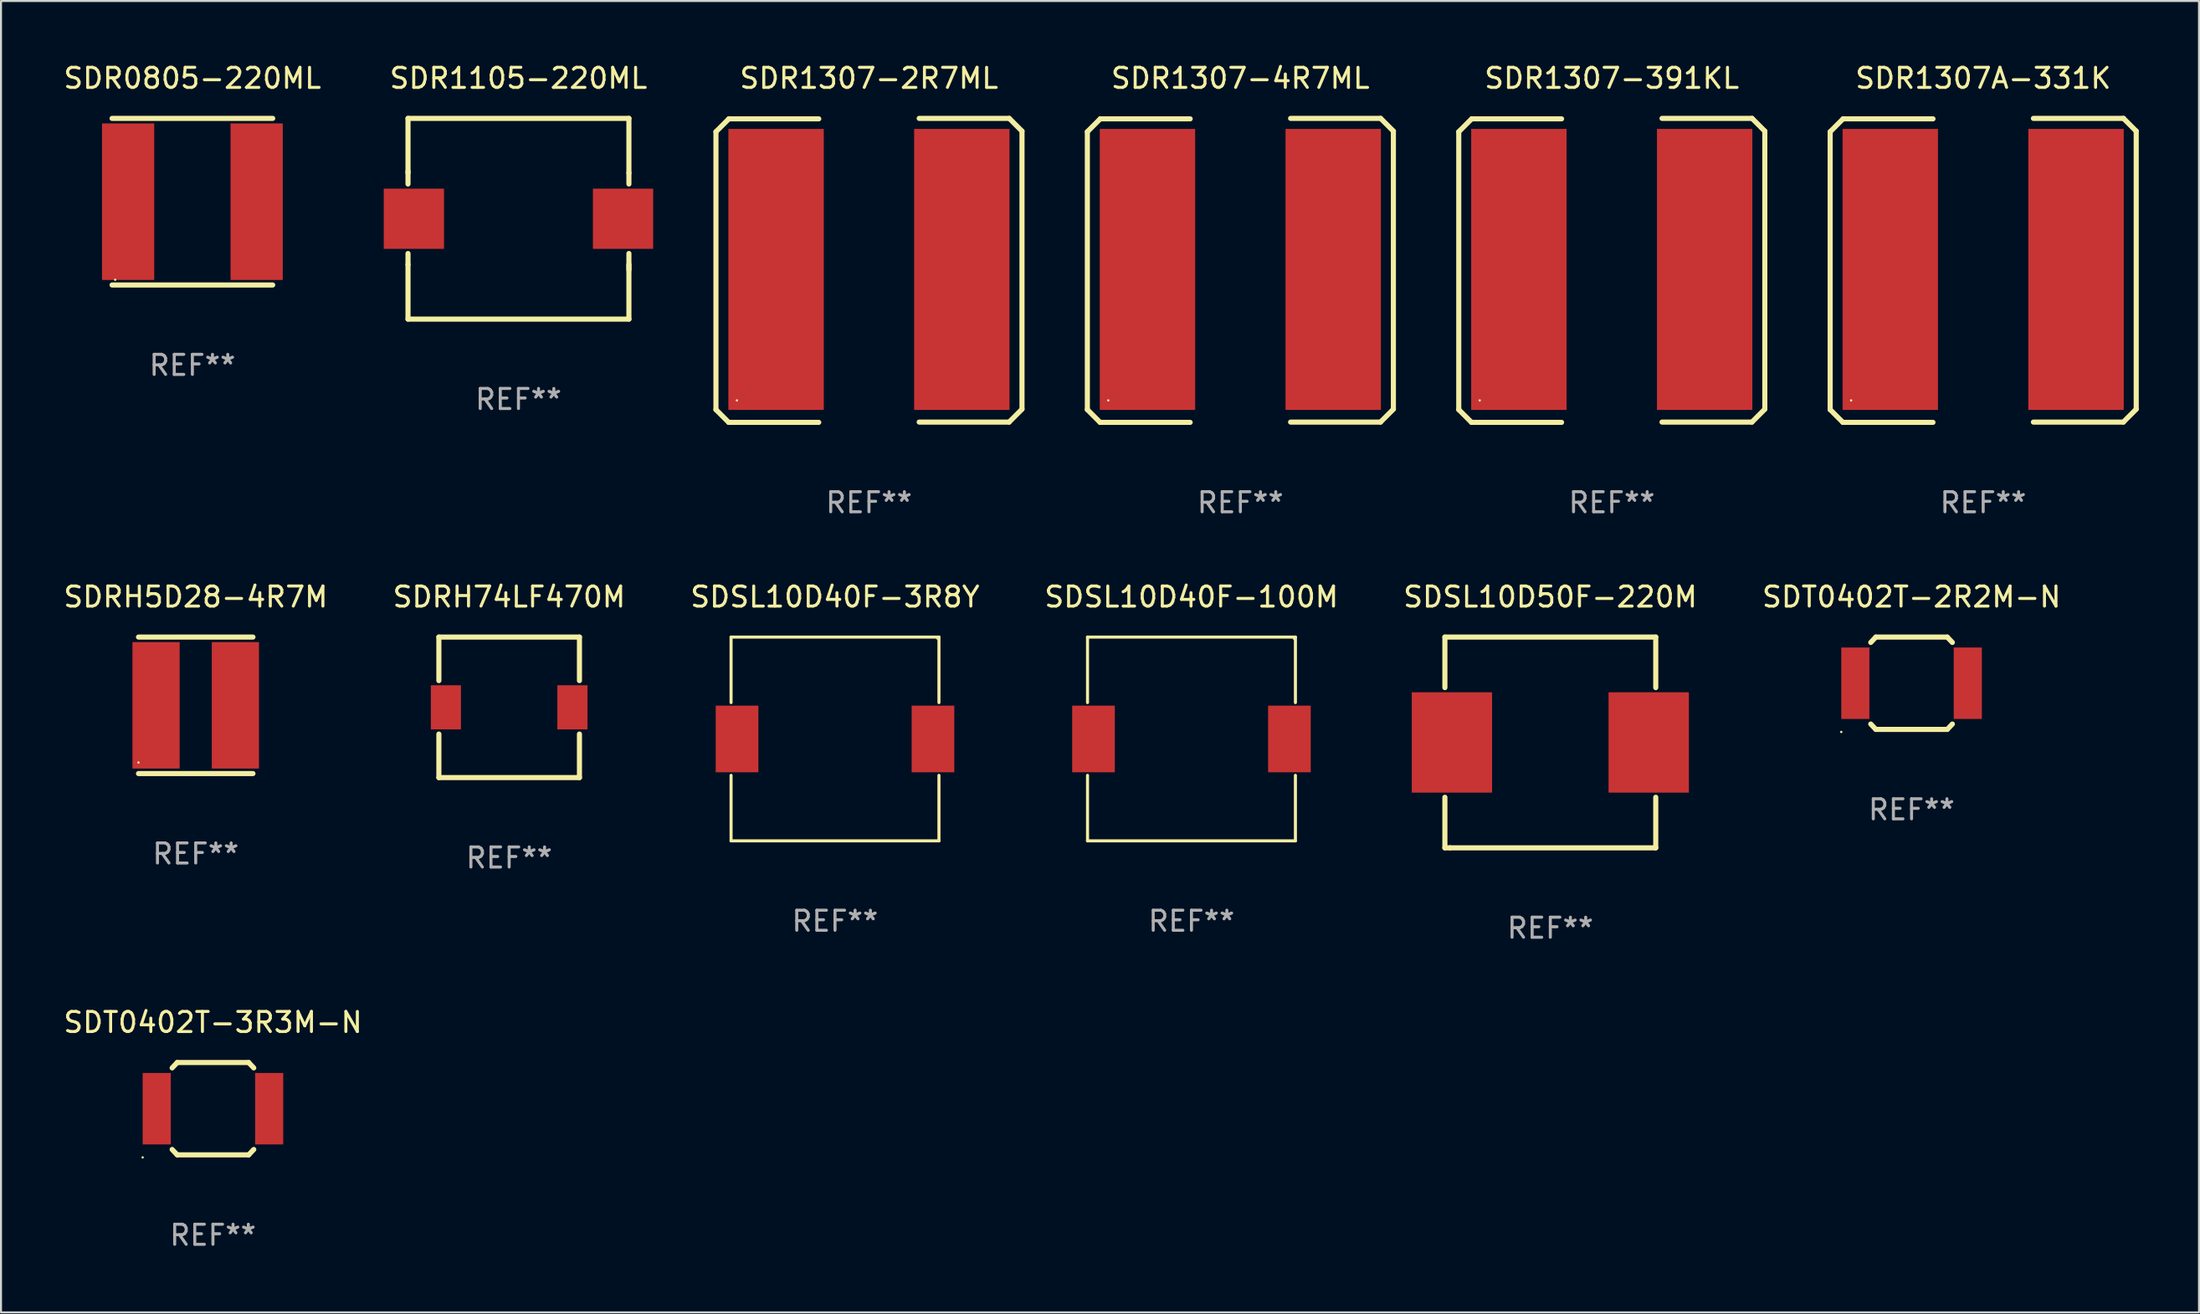
<source format=kicad_pcb>
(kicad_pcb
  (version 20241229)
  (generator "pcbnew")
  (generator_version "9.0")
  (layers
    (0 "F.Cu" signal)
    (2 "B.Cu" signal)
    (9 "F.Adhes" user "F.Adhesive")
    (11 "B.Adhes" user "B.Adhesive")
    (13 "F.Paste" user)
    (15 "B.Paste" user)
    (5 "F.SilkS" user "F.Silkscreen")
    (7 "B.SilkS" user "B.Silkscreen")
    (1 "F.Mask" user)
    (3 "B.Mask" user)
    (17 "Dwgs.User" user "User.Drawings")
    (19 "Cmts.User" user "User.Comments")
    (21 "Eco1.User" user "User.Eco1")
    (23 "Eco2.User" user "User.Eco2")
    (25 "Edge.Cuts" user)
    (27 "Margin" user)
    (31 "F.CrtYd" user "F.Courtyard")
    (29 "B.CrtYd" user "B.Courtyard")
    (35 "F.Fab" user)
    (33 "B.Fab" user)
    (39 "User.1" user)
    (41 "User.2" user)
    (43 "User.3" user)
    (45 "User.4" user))
  (footprint "SDT0402T-3R3M-N"
    (layer "F.Cu")
    (at 7.554 52.185)
    (property "Reference" "SDT0402T-3R3M-N" (at 0 -4.3 0) (layer "F.SilkS") (effects (font (size 1 1) (thickness 0.15))))
    (attr through_hole)
    (fp_line (start -1.778 -2.3) (end -2.032 -2.032) (stroke (width 0.254) (type solid)) (layer "F.SilkS"))
    (fp_line (start -1.778 -2.3) (end 1.778 -2.3) (stroke (width 0.254) (type solid)) (layer "F.SilkS"))
    (fp_line (start -1.778 2.3) (end -2.032 2.032) (stroke (width 0.254) (type solid)) (layer "F.SilkS"))
    (fp_line (start -1.778 2.3) (end 1.778 2.3) (stroke (width 0.254) (type solid)) (layer "F.SilkS"))
    (fp_line (start 1.778 -2.3) (end 2.032 -2.032) (stroke (width 0.254) (type solid)) (layer "F.SilkS"))
    (fp_line (start 1.778 2.3) (end 2.032 2.032) (stroke (width 0.254) (type solid)) (layer "F.SilkS"))
    (fp_circle (center -3.5 2.427) (end -3.47 2.427) (stroke (width 0.06) (type solid)) (fill no) (layer "F.SilkS"))
    (fp_text user "REF**" (at 0 6.3 0) (layer "F.Fab") (effects (font (size 1 1) (thickness 0.15))))
    (pad "1" smd rect (at -2.8 0) (size 1.4 3.56) (layers "F.Cu" "F.Mask" "F.Paste"))
    (pad "2" smd rect (at 2.8 0) (size 1.4 3.56) (layers "F.Cu" "F.Mask" "F.Paste")))
  (footprint "SDR1307-4R7ML"
    (layer "F.Cu")
    (at 58.715 10.42)
    (property "Reference" "SDR1307-4R7ML" (at 0 -9.572 0) (layer "F.SilkS") (effects (font (size 1 1) (thickness 0.15))))
    (attr through_hole)
    (fp_line (start -7.62 -6.906) (end -7.62 6.937) (stroke (width 0.254) (type solid)) (layer "F.SilkS"))
    (fp_line (start -7.62 6.937) (end -6.986 7.572) (stroke (width 0.254) (type solid)) (layer "F.SilkS"))
    (fp_line (start -6.986 7.572) (end -2.501 7.572) (stroke (width 0.254) (type solid)) (layer "F.SilkS"))
    (fp_line (start -6.978 -7.549) (end -7.62 -6.906) (stroke (width 0.254) (type solid)) (layer "F.SilkS"))
    (fp_line (start -2.5 -7.549) (end -6.978 -7.549) (stroke (width 0.254) (type solid)) (layer "F.SilkS"))
    (fp_line (start 2.5 7.559) (end 6.978 7.559) (stroke (width 0.254) (type solid)) (layer "F.SilkS"))
    (fp_line (start 6.978 7.559) (end 7.62 6.916) (stroke (width 0.254) (type solid)) (layer "F.SilkS"))
    (fp_line (start 6.985 -7.572) (end 2.501 -7.572) (stroke (width 0.254) (type solid)) (layer "F.SilkS"))
    (fp_line (start 7.62 -6.937) (end 6.985 -7.572) (stroke (width 0.254) (type solid)) (layer "F.SilkS"))
    (fp_line (start 7.62 6.906) (end 7.62 -6.937) (stroke (width 0.254) (type solid)) (layer "F.SilkS"))
    (fp_circle (center -6.577 6.478) (end -6.547 6.478) (stroke (width 0.06) (type solid)) (fill no) (layer "F.SilkS"))
    (fp_text user "REF**" (at 0 11.572 0) (layer "F.Fab") (effects (font (size 1 1) (thickness 0.15))))
    (pad "1" smd rect (at -4.626 -0.048) (size 4.75 14) (layers "F.Cu" "F.Mask" "F.Paste"))
    (pad "2" smd rect (at 4.624 -0.048) (size 4.75 14) (layers "F.Cu" "F.Mask" "F.Paste")))
  (footprint "SDRH74LF470M"
    (layer "F.Cu")
    (at 22.304 32.189)
    (property "Reference" "SDRH74LF470M" (at 0 -5.5 0) (layer "F.SilkS") (effects (font (size 1 1) (thickness 0.15))))
    (attr through_hole)
    (fp_line (start -3.5 -3.5) (end -3.5 -1.331) (stroke (width 0.254) (type solid)) (layer "F.SilkS"))
    (fp_line (start -3.5 -3.5) (end 3.5 -3.5) (stroke (width 0.254) (type solid)) (layer "F.SilkS"))
    (fp_line (start -3.5 1.331) (end -3.5 3.5) (stroke (width 0.254) (type solid)) (layer "F.SilkS"))
    (fp_line (start -3.5 3.5) (end 3.5 3.5) (stroke (width 0.254) (type solid)) (layer "F.SilkS"))
    (fp_line (start 3.5 -1.331) (end 3.5 -3.5) (stroke (width 0.254) (type solid)) (layer "F.SilkS"))
    (fp_line (start 3.5 3.5) (end 3.5 1.331) (stroke (width 0.254) (type solid)) (layer "F.SilkS"))
    (fp_circle (center -3.5 3.5) (end -3.47 3.5) (stroke (width 0.06) (type solid)) (fill no) (layer "F.SilkS"))
    (fp_text user "REF**" (at 0 7.5 0) (layer "F.Fab") (effects (font (size 1 1) (thickness 0.15))))
    (pad "1" smd rect (at -3.15 0 270) (size 2.2 1.5) (layers "F.Cu" "F.Mask" "F.Paste"))
    (pad "2" smd rect (at 3.15 0 270) (size 2.2 1.5) (layers "F.Cu" "F.Mask" "F.Paste")))
  (footprint "SDR1307-2R7ML"
    (layer "F.Cu")
    (at 40.221 10.42)
    (property "Reference" "SDR1307-2R7ML" (at 0 -9.572 0) (layer "F.SilkS") (effects (font (size 1 1) (thickness 0.15))))
    (attr through_hole)
    (fp_line (start -7.62 -6.906) (end -7.62 6.937) (stroke (width 0.254) (type solid)) (layer "F.SilkS"))
    (fp_line (start -7.62 6.937) (end -6.986 7.572) (stroke (width 0.254) (type solid)) (layer "F.SilkS"))
    (fp_line (start -6.986 7.572) (end -2.501 7.572) (stroke (width 0.254) (type solid)) (layer "F.SilkS"))
    (fp_line (start -6.978 -7.549) (end -7.62 -6.906) (stroke (width 0.254) (type solid)) (layer "F.SilkS"))
    (fp_line (start -2.5 -7.549) (end -6.978 -7.549) (stroke (width 0.254) (type solid)) (layer "F.SilkS"))
    (fp_line (start 2.5 7.559) (end 6.978 7.559) (stroke (width 0.254) (type solid)) (layer "F.SilkS"))
    (fp_line (start 6.978 7.559) (end 7.62 6.916) (stroke (width 0.254) (type solid)) (layer "F.SilkS"))
    (fp_line (start 6.985 -7.572) (end 2.501 -7.572) (stroke (width 0.254) (type solid)) (layer "F.SilkS"))
    (fp_line (start 7.62 -6.937) (end 6.985 -7.572) (stroke (width 0.254) (type solid)) (layer "F.SilkS"))
    (fp_line (start 7.62 6.906) (end 7.62 -6.937) (stroke (width 0.254) (type solid)) (layer "F.SilkS"))
    (fp_circle (center -6.577 6.478) (end -6.547 6.478) (stroke (width 0.06) (type solid)) (fill no) (layer "F.SilkS"))
    (fp_text user "REF**" (at 0 11.572 0) (layer "F.Fab") (effects (font (size 1 1) (thickness 0.15))))
    (pad "1" smd rect (at -4.626 -0.048) (size 4.75 14) (layers "F.Cu" "F.Mask" "F.Paste"))
    (pad "2" smd rect (at 4.624 -0.048) (size 4.75 14) (layers "F.Cu" "F.Mask" "F.Paste")))
  (footprint "SDR1105-220ML"
    (layer "F.Cu")
    (at 22.767 7.848)
    (property "Reference" "SDR1105-220ML" (at 0 -7 0) (layer "F.SilkS") (effects (font (size 1 1) (thickness 0.15))))
    (attr through_hole)
    (fp_line (start -5.5 -5) (end 5.5 -5) (stroke (width 0.254) (type solid)) (layer "F.SilkS"))
    (fp_line (start -5.5 -2.281) (end -5.5 -5) (stroke (width 0.254) (type solid)) (layer "F.SilkS"))
    (fp_line (start -5.5 -1.731) (end -5.5 -2.355) (stroke (width 0.254) (type solid)) (layer "F.SilkS"))
    (fp_line (start -5.5 2.281) (end -5.5 1.731) (stroke (width 0.254) (type solid)) (layer "F.SilkS"))
    (fp_line (start -5.5 5) (end -5.5 2.281) (stroke (width 0.254) (type solid)) (layer "F.SilkS"))
    (fp_line (start -5.5 5) (end 5.5 5) (stroke (width 0.254) (type solid)) (layer "F.SilkS"))
    (fp_line (start 5.5 -2.281) (end 5.5 -5) (stroke (width 0.254) (type solid)) (layer "F.SilkS"))
    (fp_line (start 5.5 -2.281) (end 5.5 -1.731) (stroke (width 0.254) (type solid)) (layer "F.SilkS"))
    (fp_line (start 5.5 1.731) (end 5.5 2.544) (stroke (width 0.254) (type solid)) (layer "F.SilkS"))
    (fp_line (start 5.5 5) (end 5.5 2.281) (stroke (width 0.254) (type solid)) (layer "F.SilkS"))
    (fp_circle (center -5.47 4.97) (end -5.44 4.97) (stroke (width 0.06) (type solid)) (fill no) (layer "F.SilkS"))
    (fp_text user "REF**" (at 0 9 0) (layer "F.Fab") (effects (font (size 1 1) (thickness 0.15))))
    (pad "1" smd rect (at -5.207 0 90) (size 3 3) (layers "F.Cu" "F.Mask" "F.Paste"))
    (pad "2" smd rect (at 5.207 0 270) (size 3 3) (layers "F.Cu" "F.Mask" "F.Paste")))
  (footprint "SDSL10D40F-100M"
    (layer "F.Cu")
    (at 56.28 33.765)
    (property "Reference" "SDSL10D40F-100M" (at 0 -7.076 0) (layer "F.SilkS") (effects (font (size 1 1) (thickness 0.15))))
    (attr through_hole)
    (fp_line (start -5.176 -5.076) (end 5.176 -5.076) (stroke (width 0.152) (type solid)) (layer "F.SilkS"))
    (fp_line (start -5.176 -1.812) (end -5.176 -5.076) (stroke (width 0.152) (type solid)) (layer "F.SilkS"))
    (fp_line (start -5.176 1.812) (end -5.176 5.076) (stroke (width 0.152) (type solid)) (layer "F.SilkS"))
    (fp_line (start -5.176 5.076) (end 5.176 5.076) (stroke (width 0.152) (type solid)) (layer "F.SilkS"))
    (fp_line (start 5.176 -5.076) (end 5.176 -1.812) (stroke (width 0.152) (type solid)) (layer "F.SilkS"))
    (fp_line (start 5.176 5.076) (end 5.176 1.812) (stroke (width 0.152) (type solid)) (layer "F.SilkS"))
    (fp_circle (center 5.1 -5) (end 5.13 -5) (stroke (width 0.06) (type solid)) (fill no) (layer "F.SilkS"))
    (fp_text user "REF**" (at 0 9.076 0) (layer "F.Fab") (effects (font (size 1 1) (thickness 0.15))))
    (pad "1" smd rect (at 4.878 0) (size 2.124 3.32) (layers "F.Cu" "F.Mask" "F.Paste"))
    (pad "2" smd rect (at -4.878 0) (size 2.124 3.32) (layers "F.Cu" "F.Mask" "F.Paste")))
  (footprint "SDRH5D28-4R7M"
    (layer "F.Cu")
    (at 6.696 32.089)
    (property "Reference" "SDRH5D28-4R7M" (at 0 -5.4 0) (layer "F.SilkS") (effects (font (size 1 1) (thickness 0.15))))
    (attr through_hole)
    (fp_line (start -2.85 -3.4) (end 2.85 -3.4) (stroke (width 0.254) (type solid)) (layer "F.SilkS"))
    (fp_line (start -2.85 3.4) (end 2.85 3.4) (stroke (width 0.254) (type solid)) (layer "F.SilkS"))
    (fp_circle (center -2.85 2.85) (end -2.82 2.85) (stroke (width 0.06) (type solid)) (fill no) (layer "F.SilkS"))
    (fp_text user "REF**" (at 0 7.4 0) (layer "F.Fab") (effects (font (size 1 1) (thickness 0.15))))
    (pad "1" smd rect (at -1.975 0 90) (size 6.3 2.35) (layers "F.Cu" "F.Mask" "F.Paste"))
    (pad "2" smd rect (at 1.975 0 90) (size 6.3 2.35) (layers "F.Cu" "F.Mask" "F.Paste")))
  (footprint "SDSL10D40F-3R8Y"
    (layer "F.Cu")
    (at 38.53 33.765)
    (property "Reference" "SDSL10D40F-3R8Y" (at 0 -7.076 0) (layer "F.SilkS") (effects (font (size 1 1) (thickness 0.15))))
    (attr through_hole)
    (fp_line (start -5.176 -5.076) (end 5.176 -5.076) (stroke (width 0.152) (type solid)) (layer "F.SilkS"))
    (fp_line (start -5.176 -1.812) (end -5.176 -5.076) (stroke (width 0.152) (type solid)) (layer "F.SilkS"))
    (fp_line (start -5.176 1.812) (end -5.176 5.076) (stroke (width 0.152) (type solid)) (layer "F.SilkS"))
    (fp_line (start -5.176 5.076) (end 5.176 5.076) (stroke (width 0.152) (type solid)) (layer "F.SilkS"))
    (fp_line (start 5.176 -5.076) (end 5.176 -1.812) (stroke (width 0.152) (type solid)) (layer "F.SilkS"))
    (fp_line (start 5.176 5.076) (end 5.176 1.812) (stroke (width 0.152) (type solid)) (layer "F.SilkS"))
    (fp_circle (center 5.1 -5) (end 5.13 -5) (stroke (width 0.06) (type solid)) (fill no) (layer "F.SilkS"))
    (fp_text user "REF**" (at 0 9.076 0) (layer "F.Fab") (effects (font (size 1 1) (thickness 0.15))))
    (pad "1" smd rect (at 4.878 0) (size 2.124 3.32) (layers "F.Cu" "F.Mask" "F.Paste"))
    (pad "2" smd rect (at -4.878 0) (size 2.124 3.32) (layers "F.Cu" "F.Mask" "F.Paste")))
  (footprint "SDSL10D50F-220M"
    (layer "F.Cu")
    (at 74.149 33.939)
    (property "Reference" "SDSL10D50F-220M" (at 0 -7.25 0) (layer "F.SilkS") (effects (font (size 1 1) (thickness 0.15))))
    (attr through_hole)
    (fp_line (start -5.25 -5.25) (end -5.25 -2.731) (stroke (width 0.254) (type solid)) (layer "F.SilkS"))
    (fp_line (start -5.25 -5.25) (end 5.25 -5.25) (stroke (width 0.254) (type solid)) (layer "F.SilkS"))
    (fp_line (start -5.25 2.731) (end -5.25 5.25) (stroke (width 0.254) (type solid)) (layer "F.SilkS"))
    (fp_line (start -4.989 5.25) (end -5.25 5.25) (stroke (width 0.254) (type solid)) (layer "F.SilkS"))
    (fp_line (start 5.25 -5.25) (end 5.25 -2.731) (stroke (width 0.254) (type solid)) (layer "F.SilkS"))
    (fp_line (start 5.25 2.731) (end 5.25 5.25) (stroke (width 0.254) (type solid)) (layer "F.SilkS"))
    (fp_line (start 5.25 5.25) (end -4.989 5.25) (stroke (width 0.254) (type solid)) (layer "F.SilkS"))
    (fp_circle (center -5.25 5.25) (end -5.22 5.25) (stroke (width 0.06) (type solid)) (fill no) (layer "F.SilkS"))
    (fp_text user "REF**" (at 0 9.25 0) (layer "F.Fab") (effects (font (size 1 1) (thickness 0.15))))
    (pad "1" smd rect (at -4.9 -0.000013) (size 4 5) (layers "F.Cu" "F.Mask" "F.Paste"))
    (pad "2" smd rect (at 4.9 -0.000013) (size 4 5) (layers "F.Cu" "F.Mask" "F.Paste")))
  (footprint "SDR1307A-331K"
    (layer "F.Cu")
    (at 95.704 10.42)
    (property "Reference" "SDR1307A-331K" (at 0 -9.572 0) (layer "F.SilkS") (effects (font (size 1 1) (thickness 0.15))))
    (attr through_hole)
    (fp_line (start -7.62 -6.906) (end -7.62 6.937) (stroke (width 0.254) (type solid)) (layer "F.SilkS"))
    (fp_line (start -7.62 6.937) (end -6.986 7.572) (stroke (width 0.254) (type solid)) (layer "F.SilkS"))
    (fp_line (start -6.986 7.572) (end -2.501 7.572) (stroke (width 0.254) (type solid)) (layer "F.SilkS"))
    (fp_line (start -6.978 -7.549) (end -7.62 -6.906) (stroke (width 0.254) (type solid)) (layer "F.SilkS"))
    (fp_line (start -2.5 -7.549) (end -6.978 -7.549) (stroke (width 0.254) (type solid)) (layer "F.SilkS"))
    (fp_line (start 2.5 7.559) (end 6.978 7.559) (stroke (width 0.254) (type solid)) (layer "F.SilkS"))
    (fp_line (start 6.978 7.559) (end 7.62 6.916) (stroke (width 0.254) (type solid)) (layer "F.SilkS"))
    (fp_line (start 6.985 -7.572) (end 2.501 -7.572) (stroke (width 0.254) (type solid)) (layer "F.SilkS"))
    (fp_line (start 7.62 -6.937) (end 6.985 -7.572) (stroke (width 0.254) (type solid)) (layer "F.SilkS"))
    (fp_line (start 7.62 6.906) (end 7.62 -6.937) (stroke (width 0.254) (type solid)) (layer "F.SilkS"))
    (fp_circle (center -6.577 6.478) (end -6.547 6.478) (stroke (width 0.06) (type solid)) (fill no) (layer "F.SilkS"))
    (fp_text user "REF**" (at 0 11.572 0) (layer "F.Fab") (effects (font (size 1 1) (thickness 0.15))))
    (pad "1" smd rect (at -4.626 -0.048) (size 4.75 14) (layers "F.Cu" "F.Mask" "F.Paste"))
    (pad "2" smd rect (at 4.624 -0.048) (size 4.75 14) (layers "F.Cu" "F.Mask" "F.Paste")))
  (footprint "SDR0805-220ML"
    (layer "F.Cu")
    (at 6.53 6.998)
    (property "Reference" "SDR0805-220ML" (at 0 -6.15 0) (layer "F.SilkS") (effects (font (size 1 1) (thickness 0.15))))
    (attr through_hole)
    (fp_line (start -4 -4.15) (end 4 -4.15) (stroke (width 0.254) (type solid)) (layer "F.SilkS"))
    (fp_line (start 4 4.15) (end -4 4.15) (stroke (width 0.254) (type solid)) (layer "F.SilkS"))
    (fp_circle (center -3.845 3.89) (end -3.815 3.89) (stroke (width 0.06) (type solid)) (fill no) (layer "F.SilkS"))
    (fp_text user "REF**" (at 0 8.15 0) (layer "F.Fab") (effects (font (size 1 1) (thickness 0.15))))
    (pad "1" smd rect (at -3.2 0 180) (size 2.6 7.8) (layers "F.Cu" "F.Mask" "F.Paste"))
    (pad "2" smd rect (at 3.2 0 180) (size 2.6 7.8) (layers "F.Cu" "F.Mask" "F.Paste")))
  (footprint "SDR1307-391KL"
    (layer "F.Cu")
    (at 77.21 10.42)
    (property "Reference" "SDR1307-391KL" (at 0 -9.572 0) (layer "F.SilkS") (effects (font (size 1 1) (thickness 0.15))))
    (attr through_hole)
    (fp_line (start -7.62 -6.906) (end -7.62 6.937) (stroke (width 0.254) (type solid)) (layer "F.SilkS"))
    (fp_line (start -7.62 6.937) (end -6.986 7.572) (stroke (width 0.254) (type solid)) (layer "F.SilkS"))
    (fp_line (start -6.986 7.572) (end -2.501 7.572) (stroke (width 0.254) (type solid)) (layer "F.SilkS"))
    (fp_line (start -6.978 -7.549) (end -7.62 -6.906) (stroke (width 0.254) (type solid)) (layer "F.SilkS"))
    (fp_line (start -2.5 -7.549) (end -6.978 -7.549) (stroke (width 0.254) (type solid)) (layer "F.SilkS"))
    (fp_line (start 2.5 7.559) (end 6.978 7.559) (stroke (width 0.254) (type solid)) (layer "F.SilkS"))
    (fp_line (start 6.978 7.559) (end 7.62 6.916) (stroke (width 0.254) (type solid)) (layer "F.SilkS"))
    (fp_line (start 6.985 -7.572) (end 2.501 -7.572) (stroke (width 0.254) (type solid)) (layer "F.SilkS"))
    (fp_line (start 7.62 -6.937) (end 6.985 -7.572) (stroke (width 0.254) (type solid)) (layer "F.SilkS"))
    (fp_line (start 7.62 6.906) (end 7.62 -6.937) (stroke (width 0.254) (type solid)) (layer "F.SilkS"))
    (fp_circle (center -6.577 6.478) (end -6.547 6.478) (stroke (width 0.06) (type solid)) (fill no) (layer "F.SilkS"))
    (fp_text user "REF**" (at 0 11.572 0) (layer "F.Fab") (effects (font (size 1 1) (thickness 0.15))))
    (pad "1" smd rect (at -4.626 -0.048) (size 4.75 14) (layers "F.Cu" "F.Mask" "F.Paste"))
    (pad "2" smd rect (at 4.624 -0.048) (size 4.75 14) (layers "F.Cu" "F.Mask" "F.Paste")))
  (footprint "SDT0402T-2R2M-N"
    (layer "F.Cu")
    (at 92.137 30.989)
    (property "Reference" "SDT0402T-2R2M-N" (at 0 -4.3 0) (layer "F.SilkS") (effects (font (size 1 1) (thickness 0.15))))
    (attr through_hole)
    (fp_line (start -1.778 -2.3) (end -2.032 -2.032) (stroke (width 0.254) (type solid)) (layer "F.SilkS"))
    (fp_line (start -1.778 -2.3) (end 1.778 -2.3) (stroke (width 0.254) (type solid)) (layer "F.SilkS"))
    (fp_line (start -1.778 2.3) (end -2.032 2.032) (stroke (width 0.254) (type solid)) (layer "F.SilkS"))
    (fp_line (start -1.778 2.3) (end 1.778 2.3) (stroke (width 0.254) (type solid)) (layer "F.SilkS"))
    (fp_line (start 1.778 -2.3) (end 2.032 -2.032) (stroke (width 0.254) (type solid)) (layer "F.SilkS"))
    (fp_line (start 1.778 2.3) (end 2.032 2.032) (stroke (width 0.254) (type solid)) (layer "F.SilkS"))
    (fp_circle (center -3.5 2.427) (end -3.47 2.427) (stroke (width 0.06) (type solid)) (fill no) (layer "F.SilkS"))
    (fp_text user "REF**" (at 0 6.3 0) (layer "F.Fab") (effects (font (size 1 1) (thickness 0.15))))
    (pad "1" smd rect (at -2.8 0) (size 1.4 3.56) (layers "F.Cu" "F.Mask" "F.Paste"))
    (pad "2" smd rect (at 2.8 0) (size 1.4 3.56) (layers "F.Cu" "F.Mask" "F.Paste")))
  (gr_rect
    (start -3 -3)
    (end 106.451 62.334)
    (stroke (width 0.1) (type default))
    (fill no)
    (layer "Edge.Cuts")))
</source>
